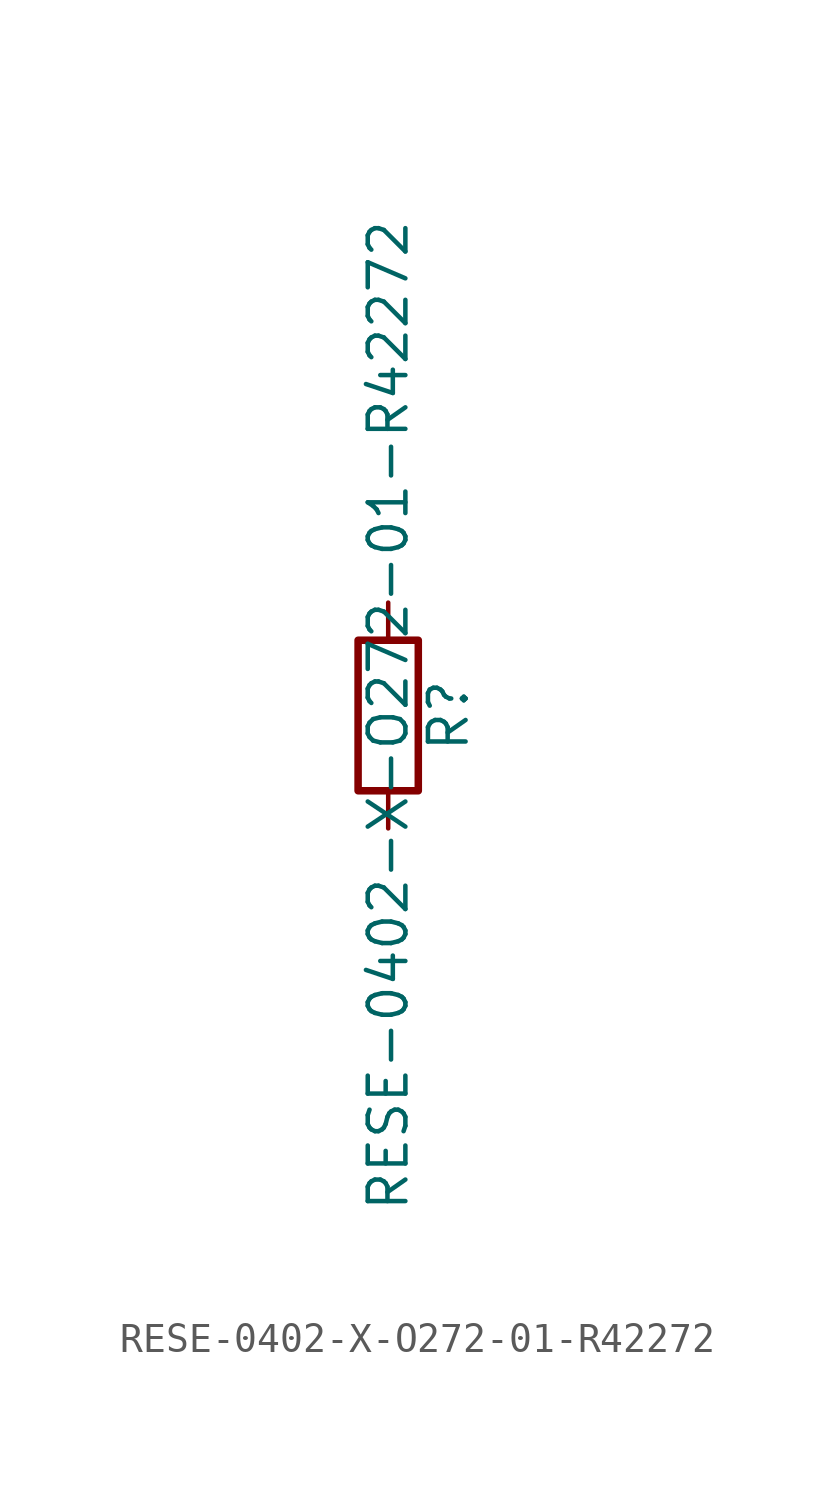
<source format=kicad_sym>
(kicad_symbol_lib
  (version 20211014)
  (generator kicad_symbol_editor)
  (symbol "RESE-0402-X-O272-01-R42272"
    (pin_numbers hide)
    (pin_names
      (offset 0))
    (property "Reference" "R"
      (at 2.032 0 90)
      (effects (font (size 1.27 1.27))))
    (property "Value" "RESE-0402-X-O272-01-R42272"
      (at 0 0 90)
      (effects (font (size 1.27 1.27))))
    (symbol "RESE-0402-X-O272-01-R42272_0_1"
      (rectangle (start -1.016 -2.54) (end 1.016 2.54) (stroke (width 0.254) (type default) (color 0 0 0 0)) (fill (type none))))
    (symbol "RESE-0402-X-O272-01-R42272_1_1"
      (pin passive line (at 0 3.81 270) (length 1.27) (name "~" (effects (font (size 1.27 1.27)))) (number "1" (effects (font (size 1.27 1.27)))))
      (pin passive line (at 0 -3.81 90) (length 1.27) (name "~" (effects (font (size 1.27 1.27)))) (number "2" (effects (font (size 1.27 1.27))))))))
</source>
